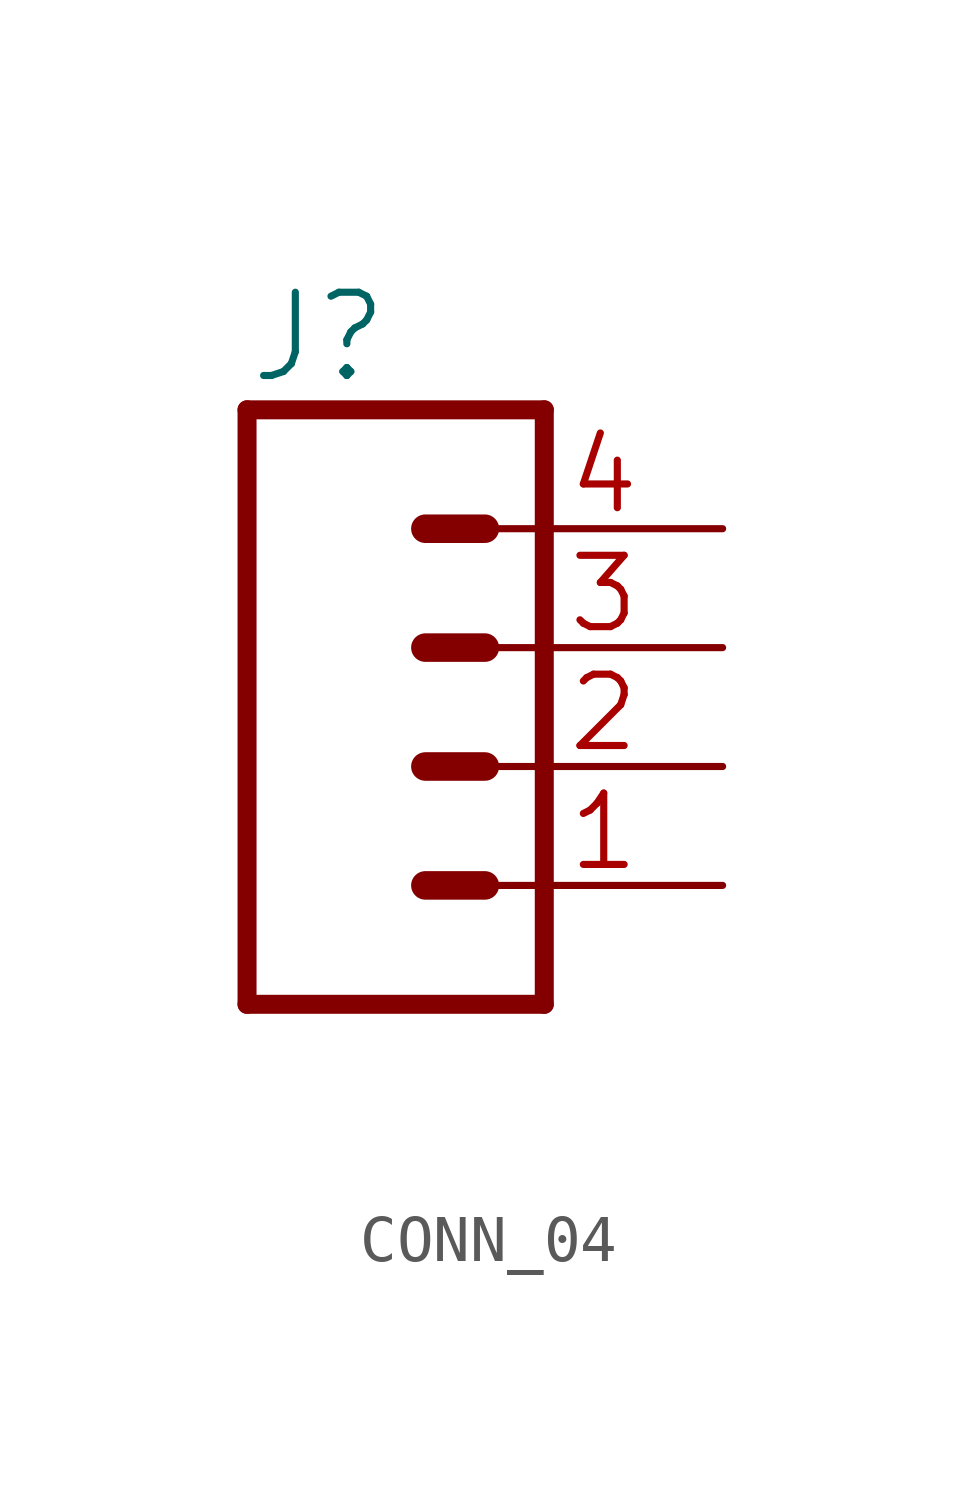
<source format=kicad_sym>
(kicad_symbol_lib
  (version 20241209)
  (generator "kicad_symbol_editor")
  (generator_version "9.0")
  (symbol "CONN_04"
    (property "Reference" "J"
      (at -5.08 8.128 0)
      (effects (font (size 1.778 1.778)) (justify left bottom)))
    (property "Value" ""
      (at -5.08 -7.366 0)
      (effects (font (size 1.778 1.778)) (justify left bottom)))
    (property "ki_locked" ""
      (at 0 0 0)
      (effects (font (size 1.27 1.27))))
    (symbol "CONN_04_1_0"
      (polyline (pts (xy -5.08 7.62) (xy -5.08 -5.08)) (stroke (width 0.406) (type solid)) (fill (type none)))
      (polyline (pts (xy -5.08 7.62) (xy 1.27 7.62)) (stroke (width 0.406) (type solid)) (fill (type none)))
      (polyline (pts (xy -1.27 5.08) (xy 0 5.08)) (stroke (width 0.61) (type solid)) (fill (type none)))
      (polyline (pts (xy -1.27 2.54) (xy 0 2.54)) (stroke (width 0.61) (type solid)) (fill (type none)))
      (polyline (pts (xy -1.27 0) (xy 0 0)) (stroke (width 0.61) (type solid)) (fill (type none)))
      (polyline (pts (xy -1.27 -2.54) (xy 0 -2.54)) (stroke (width 0.61) (type solid)) (fill (type none)))
      (polyline (pts (xy 1.27 -5.08) (xy -5.08 -5.08)) (stroke (width 0.406) (type solid)) (fill (type none)))
      (polyline (pts (xy 1.27 -5.08) (xy 1.27 7.62)) (stroke (width 0.406) (type solid)) (fill (type none)))
      (pin passive line (at 5.08 5.08 180) (length 5.08) (name "4" (effects (font (size 0 0)))) (number "4" (effects (font (size 1.524 1.524)))))
      (pin passive line (at 5.08 2.54 180) (length 5.08) (name "3" (effects (font (size 0 0)))) (number "3" (effects (font (size 1.524 1.524)))))
      (pin passive line (at 5.08 0 180) (length 5.08) (name "2" (effects (font (size 0 0)))) (number "2" (effects (font (size 1.524 1.524)))))
      (pin passive line (at 5.08 -2.54 180) (length 5.08) (name "1" (effects (font (size 0 0)))) (number "1" (effects (font (size 1.524 1.524))))))))
</source>
